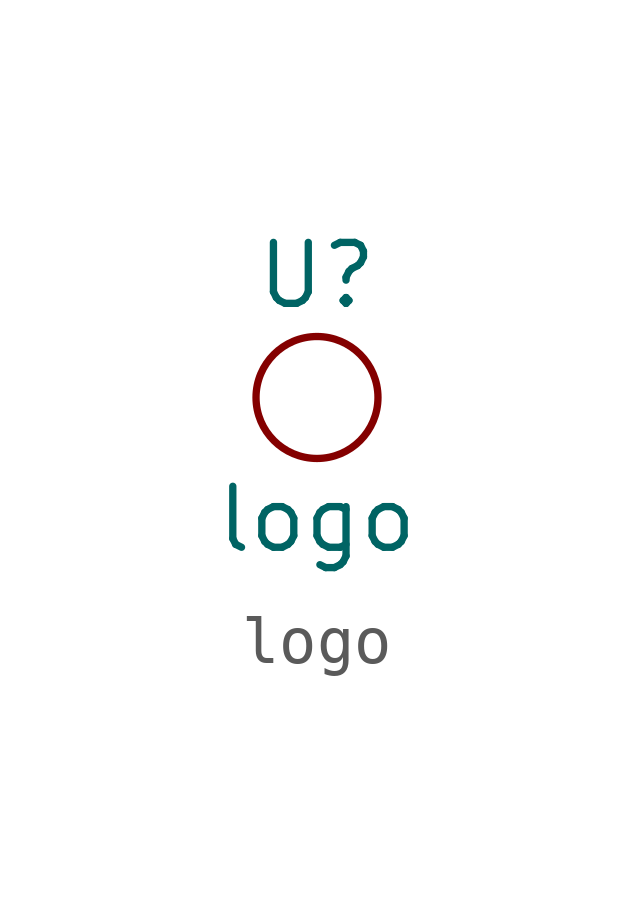
<source format=kicad_sym>
(kicad_symbol_lib
  (version 20220914)
  (generator kicad_symbol_editor)
  (symbol "logo"
    (pin_names
      (offset 1.016))
    (property "Reference" "U"
      (at 0 2.54 0)
      (effects (font (size 1.27 1.27))))
    (property "Value" "logo"
      (at 0 -2.54 0)
      (effects (font (size 1.27 1.27))))
    (symbol "logo_0_1"
      (circle (center 0 0) (radius 1.27) (stroke (width 0) (type default)) (fill (type none))))))
</source>
